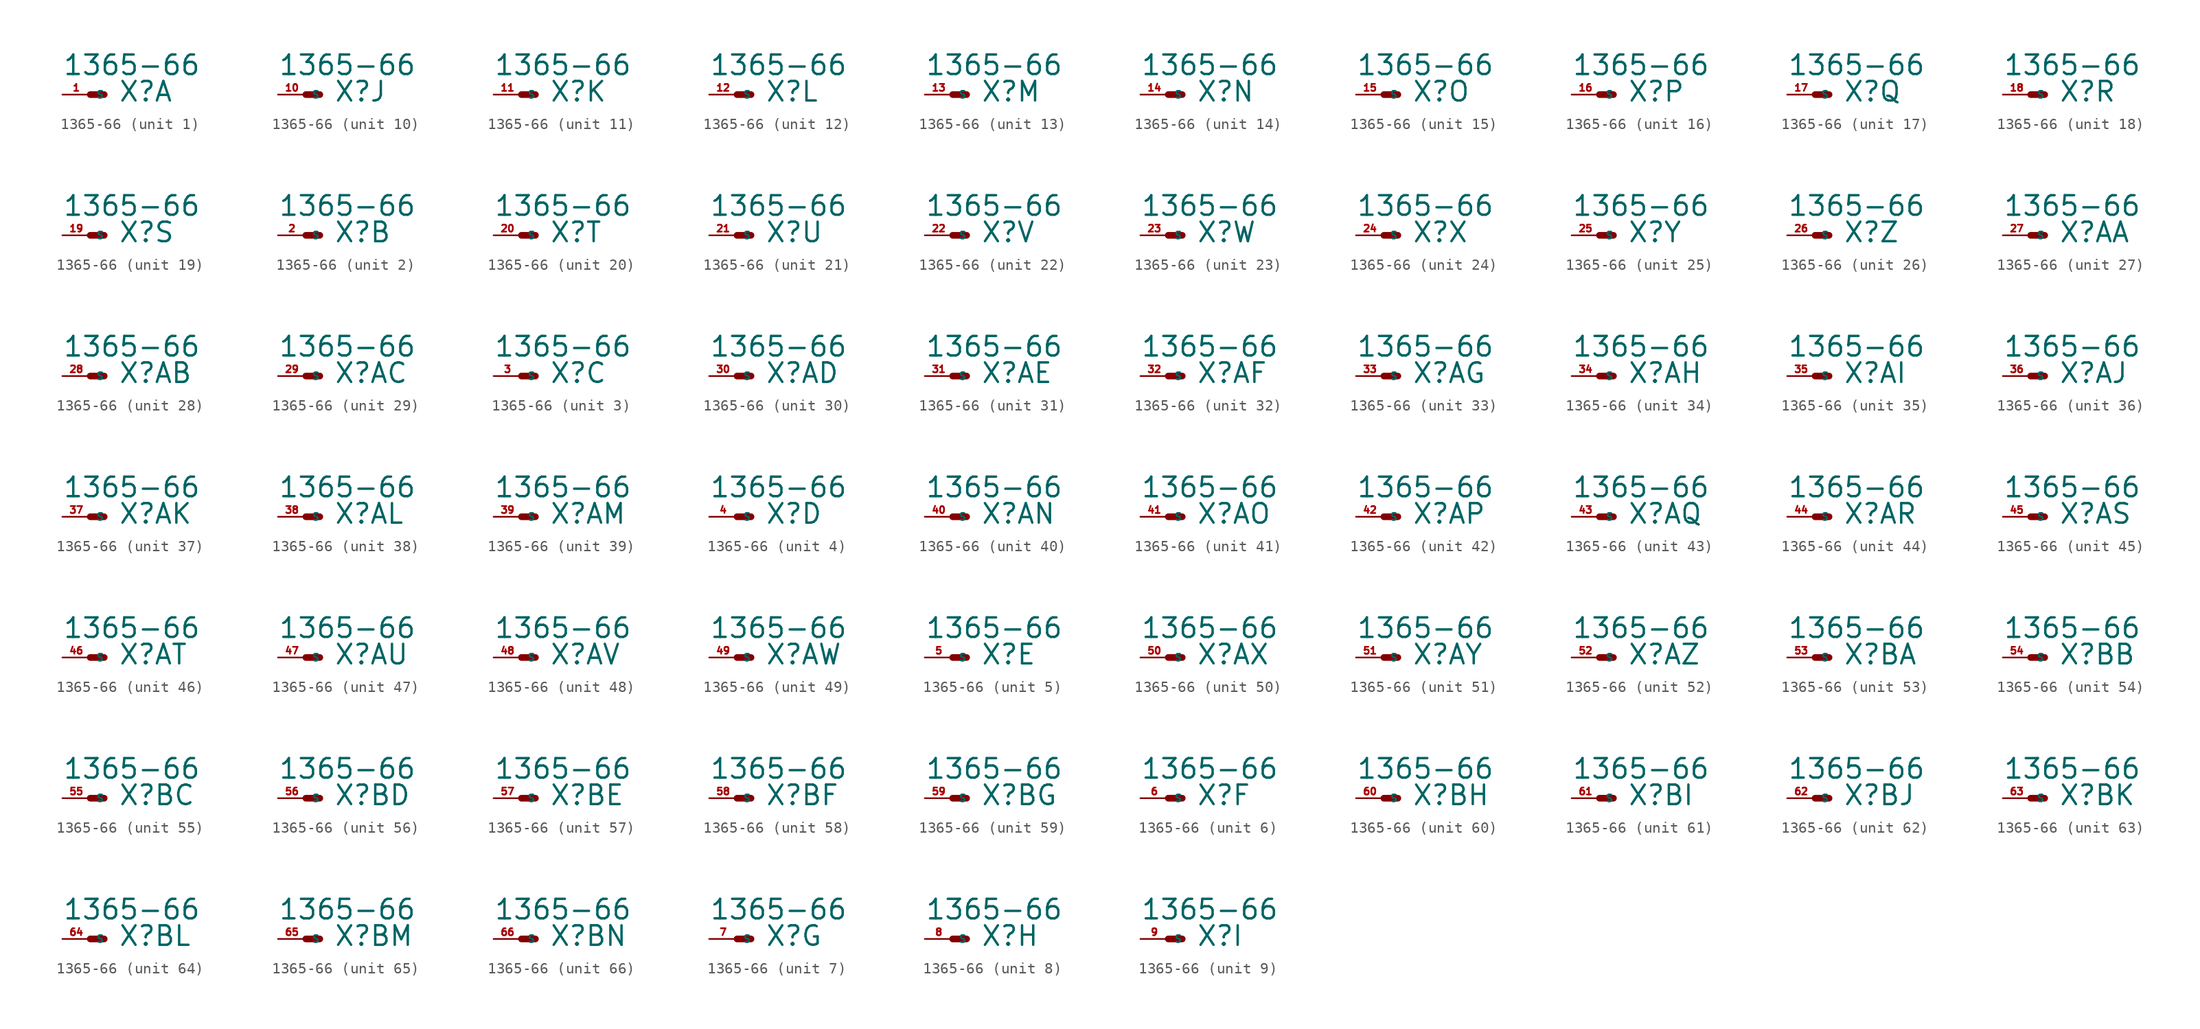
<source format=kicad_sym>
(kicad_symbol_lib
  (version 20220914)
  (generator Eagle2Kicad)
  (symbol "1365-66"
    (property "Reference" "X"
      (at 2.54 -0.762 0)
      (effects (font (size 1.778 1.778) (thickness 0.22)) (justify left bottom)))
    (property "Value" "1365-66"
      (at -2.54 1.651 0)
      (effects (font (size 1.778 1.778) (thickness 0.22)) (justify left bottom)))
    (symbol "1365-66_1_0"
      (polyline (pts (xy 0 0) (xy 1.27 0)) (stroke (width 0.61) (type default)) (fill (type none)))
      (pin passive line (at -2.54 0 0) (length 2.54) (name "S" (effects (font (size 0.635 0.635) (thickness 0.08)) (justify left bottom))) (number "1" (effects (font (size 0.635 0.635) (thickness 0.08)) (justify left bottom)))))
    (symbol "1365-66_2_0"
      (polyline (pts (xy 0 0) (xy 1.27 0)) (stroke (width 0.61) (type default)) (fill (type none)))
      (pin passive line (at -2.54 0 0) (length 2.54) (name "S" (effects (font (size 0.635 0.635) (thickness 0.08)) (justify left bottom))) (number "2" (effects (font (size 0.635 0.635) (thickness 0.08)) (justify left bottom)))))
    (symbol "1365-66_3_0"
      (polyline (pts (xy 0 0) (xy 1.27 0)) (stroke (width 0.61) (type default)) (fill (type none)))
      (pin passive line (at -2.54 0 0) (length 2.54) (name "S" (effects (font (size 0.635 0.635) (thickness 0.08)) (justify left bottom))) (number "3" (effects (font (size 0.635 0.635) (thickness 0.08)) (justify left bottom)))))
    (symbol "1365-66_4_0"
      (polyline (pts (xy 0 0) (xy 1.27 0)) (stroke (width 0.61) (type default)) (fill (type none)))
      (pin passive line (at -2.54 0 0) (length 2.54) (name "S" (effects (font (size 0.635 0.635) (thickness 0.08)) (justify left bottom))) (number "4" (effects (font (size 0.635 0.635) (thickness 0.08)) (justify left bottom)))))
    (symbol "1365-66_5_0"
      (polyline (pts (xy 0 0) (xy 1.27 0)) (stroke (width 0.61) (type default)) (fill (type none)))
      (pin passive line (at -2.54 0 0) (length 2.54) (name "S" (effects (font (size 0.635 0.635) (thickness 0.08)) (justify left bottom))) (number "5" (effects (font (size 0.635 0.635) (thickness 0.08)) (justify left bottom)))))
    (symbol "1365-66_6_0"
      (polyline (pts (xy 0 0) (xy 1.27 0)) (stroke (width 0.61) (type default)) (fill (type none)))
      (pin passive line (at -2.54 0 0) (length 2.54) (name "S" (effects (font (size 0.635 0.635) (thickness 0.08)) (justify left bottom))) (number "6" (effects (font (size 0.635 0.635) (thickness 0.08)) (justify left bottom)))))
    (symbol "1365-66_7_0"
      (polyline (pts (xy 0 0) (xy 1.27 0)) (stroke (width 0.61) (type default)) (fill (type none)))
      (pin passive line (at -2.54 0 0) (length 2.54) (name "S" (effects (font (size 0.635 0.635) (thickness 0.08)) (justify left bottom))) (number "7" (effects (font (size 0.635 0.635) (thickness 0.08)) (justify left bottom)))))
    (symbol "1365-66_8_0"
      (polyline (pts (xy 0 0) (xy 1.27 0)) (stroke (width 0.61) (type default)) (fill (type none)))
      (pin passive line (at -2.54 0 0) (length 2.54) (name "S" (effects (font (size 0.635 0.635) (thickness 0.08)) (justify left bottom))) (number "8" (effects (font (size 0.635 0.635) (thickness 0.08)) (justify left bottom)))))
    (symbol "1365-66_9_0"
      (polyline (pts (xy 0 0) (xy 1.27 0)) (stroke (width 0.61) (type default)) (fill (type none)))
      (pin passive line (at -2.54 0 0) (length 2.54) (name "S" (effects (font (size 0.635 0.635) (thickness 0.08)) (justify left bottom))) (number "9" (effects (font (size 0.635 0.635) (thickness 0.08)) (justify left bottom)))))
    (symbol "1365-66_10_0"
      (polyline (pts (xy 0 0) (xy 1.27 0)) (stroke (width 0.61) (type default)) (fill (type none)))
      (pin passive line (at -2.54 0 0) (length 2.54) (name "S" (effects (font (size 0.635 0.635) (thickness 0.08)) (justify left bottom))) (number "10" (effects (font (size 0.635 0.635) (thickness 0.08)) (justify left bottom)))))
    (symbol "1365-66_11_0"
      (polyline (pts (xy 0 0) (xy 1.27 0)) (stroke (width 0.61) (type default)) (fill (type none)))
      (pin passive line (at -2.54 0 0) (length 2.54) (name "S" (effects (font (size 0.635 0.635) (thickness 0.08)) (justify left bottom))) (number "11" (effects (font (size 0.635 0.635) (thickness 0.08)) (justify left bottom)))))
    (symbol "1365-66_12_0"
      (polyline (pts (xy 0 0) (xy 1.27 0)) (stroke (width 0.61) (type default)) (fill (type none)))
      (pin passive line (at -2.54 0 0) (length 2.54) (name "S" (effects (font (size 0.635 0.635) (thickness 0.08)) (justify left bottom))) (number "12" (effects (font (size 0.635 0.635) (thickness 0.08)) (justify left bottom)))))
    (symbol "1365-66_13_0"
      (polyline (pts (xy 0 0) (xy 1.27 0)) (stroke (width 0.61) (type default)) (fill (type none)))
      (pin passive line (at -2.54 0 0) (length 2.54) (name "S" (effects (font (size 0.635 0.635) (thickness 0.08)) (justify left bottom))) (number "13" (effects (font (size 0.635 0.635) (thickness 0.08)) (justify left bottom)))))
    (symbol "1365-66_14_0"
      (polyline (pts (xy 0 0) (xy 1.27 0)) (stroke (width 0.61) (type default)) (fill (type none)))
      (pin passive line (at -2.54 0 0) (length 2.54) (name "S" (effects (font (size 0.635 0.635) (thickness 0.08)) (justify left bottom))) (number "14" (effects (font (size 0.635 0.635) (thickness 0.08)) (justify left bottom)))))
    (symbol "1365-66_15_0"
      (polyline (pts (xy 0 0) (xy 1.27 0)) (stroke (width 0.61) (type default)) (fill (type none)))
      (pin passive line (at -2.54 0 0) (length 2.54) (name "S" (effects (font (size 0.635 0.635) (thickness 0.08)) (justify left bottom))) (number "15" (effects (font (size 0.635 0.635) (thickness 0.08)) (justify left bottom)))))
    (symbol "1365-66_16_0"
      (polyline (pts (xy 0 0) (xy 1.27 0)) (stroke (width 0.61) (type default)) (fill (type none)))
      (pin passive line (at -2.54 0 0) (length 2.54) (name "S" (effects (font (size 0.635 0.635) (thickness 0.08)) (justify left bottom))) (number "16" (effects (font (size 0.635 0.635) (thickness 0.08)) (justify left bottom)))))
    (symbol "1365-66_17_0"
      (polyline (pts (xy 0 0) (xy 1.27 0)) (stroke (width 0.61) (type default)) (fill (type none)))
      (pin passive line (at -2.54 0 0) (length 2.54) (name "S" (effects (font (size 0.635 0.635) (thickness 0.08)) (justify left bottom))) (number "17" (effects (font (size 0.635 0.635) (thickness 0.08)) (justify left bottom)))))
    (symbol "1365-66_18_0"
      (polyline (pts (xy 0 0) (xy 1.27 0)) (stroke (width 0.61) (type default)) (fill (type none)))
      (pin passive line (at -2.54 0 0) (length 2.54) (name "S" (effects (font (size 0.635 0.635) (thickness 0.08)) (justify left bottom))) (number "18" (effects (font (size 0.635 0.635) (thickness 0.08)) (justify left bottom)))))
    (symbol "1365-66_19_0"
      (polyline (pts (xy 0 0) (xy 1.27 0)) (stroke (width 0.61) (type default)) (fill (type none)))
      (pin passive line (at -2.54 0 0) (length 2.54) (name "S" (effects (font (size 0.635 0.635) (thickness 0.08)) (justify left bottom))) (number "19" (effects (font (size 0.635 0.635) (thickness 0.08)) (justify left bottom)))))
    (symbol "1365-66_20_0"
      (polyline (pts (xy 0 0) (xy 1.27 0)) (stroke (width 0.61) (type default)) (fill (type none)))
      (pin passive line (at -2.54 0 0) (length 2.54) (name "S" (effects (font (size 0.635 0.635) (thickness 0.08)) (justify left bottom))) (number "20" (effects (font (size 0.635 0.635) (thickness 0.08)) (justify left bottom)))))
    (symbol "1365-66_21_0"
      (polyline (pts (xy 0 0) (xy 1.27 0)) (stroke (width 0.61) (type default)) (fill (type none)))
      (pin passive line (at -2.54 0 0) (length 2.54) (name "S" (effects (font (size 0.635 0.635) (thickness 0.08)) (justify left bottom))) (number "21" (effects (font (size 0.635 0.635) (thickness 0.08)) (justify left bottom)))))
    (symbol "1365-66_22_0"
      (polyline (pts (xy 0 0) (xy 1.27 0)) (stroke (width 0.61) (type default)) (fill (type none)))
      (pin passive line (at -2.54 0 0) (length 2.54) (name "S" (effects (font (size 0.635 0.635) (thickness 0.08)) (justify left bottom))) (number "22" (effects (font (size 0.635 0.635) (thickness 0.08)) (justify left bottom)))))
    (symbol "1365-66_23_0"
      (polyline (pts (xy 0 0) (xy 1.27 0)) (stroke (width 0.61) (type default)) (fill (type none)))
      (pin passive line (at -2.54 0 0) (length 2.54) (name "S" (effects (font (size 0.635 0.635) (thickness 0.08)) (justify left bottom))) (number "23" (effects (font (size 0.635 0.635) (thickness 0.08)) (justify left bottom)))))
    (symbol "1365-66_24_0"
      (polyline (pts (xy 0 0) (xy 1.27 0)) (stroke (width 0.61) (type default)) (fill (type none)))
      (pin passive line (at -2.54 0 0) (length 2.54) (name "S" (effects (font (size 0.635 0.635) (thickness 0.08)) (justify left bottom))) (number "24" (effects (font (size 0.635 0.635) (thickness 0.08)) (justify left bottom)))))
    (symbol "1365-66_25_0"
      (polyline (pts (xy 0 0) (xy 1.27 0)) (stroke (width 0.61) (type default)) (fill (type none)))
      (pin passive line (at -2.54 0 0) (length 2.54) (name "S" (effects (font (size 0.635 0.635) (thickness 0.08)) (justify left bottom))) (number "25" (effects (font (size 0.635 0.635) (thickness 0.08)) (justify left bottom)))))
    (symbol "1365-66_26_0"
      (polyline (pts (xy 0 0) (xy 1.27 0)) (stroke (width 0.61) (type default)) (fill (type none)))
      (pin passive line (at -2.54 0 0) (length 2.54) (name "S" (effects (font (size 0.635 0.635) (thickness 0.08)) (justify left bottom))) (number "26" (effects (font (size 0.635 0.635) (thickness 0.08)) (justify left bottom)))))
    (symbol "1365-66_27_0"
      (polyline (pts (xy 0 0) (xy 1.27 0)) (stroke (width 0.61) (type default)) (fill (type none)))
      (pin passive line (at -2.54 0 0) (length 2.54) (name "S" (effects (font (size 0.635 0.635) (thickness 0.08)) (justify left bottom))) (number "27" (effects (font (size 0.635 0.635) (thickness 0.08)) (justify left bottom)))))
    (symbol "1365-66_28_0"
      (polyline (pts (xy 0 0) (xy 1.27 0)) (stroke (width 0.61) (type default)) (fill (type none)))
      (pin passive line (at -2.54 0 0) (length 2.54) (name "S" (effects (font (size 0.635 0.635) (thickness 0.08)) (justify left bottom))) (number "28" (effects (font (size 0.635 0.635) (thickness 0.08)) (justify left bottom)))))
    (symbol "1365-66_29_0"
      (polyline (pts (xy 0 0) (xy 1.27 0)) (stroke (width 0.61) (type default)) (fill (type none)))
      (pin passive line (at -2.54 0 0) (length 2.54) (name "S" (effects (font (size 0.635 0.635) (thickness 0.08)) (justify left bottom))) (number "29" (effects (font (size 0.635 0.635) (thickness 0.08)) (justify left bottom)))))
    (symbol "1365-66_30_0"
      (polyline (pts (xy 0 0) (xy 1.27 0)) (stroke (width 0.61) (type default)) (fill (type none)))
      (pin passive line (at -2.54 0 0) (length 2.54) (name "S" (effects (font (size 0.635 0.635) (thickness 0.08)) (justify left bottom))) (number "30" (effects (font (size 0.635 0.635) (thickness 0.08)) (justify left bottom)))))
    (symbol "1365-66_31_0"
      (polyline (pts (xy 0 0) (xy 1.27 0)) (stroke (width 0.61) (type default)) (fill (type none)))
      (pin passive line (at -2.54 0 0) (length 2.54) (name "S" (effects (font (size 0.635 0.635) (thickness 0.08)) (justify left bottom))) (number "31" (effects (font (size 0.635 0.635) (thickness 0.08)) (justify left bottom)))))
    (symbol "1365-66_32_0"
      (polyline (pts (xy 0 0) (xy 1.27 0)) (stroke (width 0.61) (type default)) (fill (type none)))
      (pin passive line (at -2.54 0 0) (length 2.54) (name "S" (effects (font (size 0.635 0.635) (thickness 0.08)) (justify left bottom))) (number "32" (effects (font (size 0.635 0.635) (thickness 0.08)) (justify left bottom)))))
    (symbol "1365-66_33_0"
      (polyline (pts (xy 0 0) (xy 1.27 0)) (stroke (width 0.61) (type default)) (fill (type none)))
      (pin passive line (at -2.54 0 0) (length 2.54) (name "S" (effects (font (size 0.635 0.635) (thickness 0.08)) (justify left bottom))) (number "33" (effects (font (size 0.635 0.635) (thickness 0.08)) (justify left bottom)))))
    (symbol "1365-66_34_0"
      (polyline (pts (xy 0 0) (xy 1.27 0)) (stroke (width 0.61) (type default)) (fill (type none)))
      (pin passive line (at -2.54 0 0) (length 2.54) (name "S" (effects (font (size 0.635 0.635) (thickness 0.08)) (justify left bottom))) (number "34" (effects (font (size 0.635 0.635) (thickness 0.08)) (justify left bottom)))))
    (symbol "1365-66_35_0"
      (polyline (pts (xy 0 0) (xy 1.27 0)) (stroke (width 0.61) (type default)) (fill (type none)))
      (pin passive line (at -2.54 0 0) (length 2.54) (name "S" (effects (font (size 0.635 0.635) (thickness 0.08)) (justify left bottom))) (number "35" (effects (font (size 0.635 0.635) (thickness 0.08)) (justify left bottom)))))
    (symbol "1365-66_36_0"
      (polyline (pts (xy 0 0) (xy 1.27 0)) (stroke (width 0.61) (type default)) (fill (type none)))
      (pin passive line (at -2.54 0 0) (length 2.54) (name "S" (effects (font (size 0.635 0.635) (thickness 0.08)) (justify left bottom))) (number "36" (effects (font (size 0.635 0.635) (thickness 0.08)) (justify left bottom)))))
    (symbol "1365-66_37_0"
      (polyline (pts (xy 0 0) (xy 1.27 0)) (stroke (width 0.61) (type default)) (fill (type none)))
      (pin passive line (at -2.54 0 0) (length 2.54) (name "S" (effects (font (size 0.635 0.635) (thickness 0.08)) (justify left bottom))) (number "37" (effects (font (size 0.635 0.635) (thickness 0.08)) (justify left bottom)))))
    (symbol "1365-66_38_0"
      (polyline (pts (xy 0 0) (xy 1.27 0)) (stroke (width 0.61) (type default)) (fill (type none)))
      (pin passive line (at -2.54 0 0) (length 2.54) (name "S" (effects (font (size 0.635 0.635) (thickness 0.08)) (justify left bottom))) (number "38" (effects (font (size 0.635 0.635) (thickness 0.08)) (justify left bottom)))))
    (symbol "1365-66_39_0"
      (polyline (pts (xy 0 0) (xy 1.27 0)) (stroke (width 0.61) (type default)) (fill (type none)))
      (pin passive line (at -2.54 0 0) (length 2.54) (name "S" (effects (font (size 0.635 0.635) (thickness 0.08)) (justify left bottom))) (number "39" (effects (font (size 0.635 0.635) (thickness 0.08)) (justify left bottom)))))
    (symbol "1365-66_40_0"
      (polyline (pts (xy 0 0) (xy 1.27 0)) (stroke (width 0.61) (type default)) (fill (type none)))
      (pin passive line (at -2.54 0 0) (length 2.54) (name "S" (effects (font (size 0.635 0.635) (thickness 0.08)) (justify left bottom))) (number "40" (effects (font (size 0.635 0.635) (thickness 0.08)) (justify left bottom)))))
    (symbol "1365-66_41_0"
      (polyline (pts (xy 0 0) (xy 1.27 0)) (stroke (width 0.61) (type default)) (fill (type none)))
      (pin passive line (at -2.54 0 0) (length 2.54) (name "S" (effects (font (size 0.635 0.635) (thickness 0.08)) (justify left bottom))) (number "41" (effects (font (size 0.635 0.635) (thickness 0.08)) (justify left bottom)))))
    (symbol "1365-66_42_0"
      (polyline (pts (xy 0 0) (xy 1.27 0)) (stroke (width 0.61) (type default)) (fill (type none)))
      (pin passive line (at -2.54 0 0) (length 2.54) (name "S" (effects (font (size 0.635 0.635) (thickness 0.08)) (justify left bottom))) (number "42" (effects (font (size 0.635 0.635) (thickness 0.08)) (justify left bottom)))))
    (symbol "1365-66_43_0"
      (polyline (pts (xy 0 0) (xy 1.27 0)) (stroke (width 0.61) (type default)) (fill (type none)))
      (pin passive line (at -2.54 0 0) (length 2.54) (name "S" (effects (font (size 0.635 0.635) (thickness 0.08)) (justify left bottom))) (number "43" (effects (font (size 0.635 0.635) (thickness 0.08)) (justify left bottom)))))
    (symbol "1365-66_44_0"
      (polyline (pts (xy 0 0) (xy 1.27 0)) (stroke (width 0.61) (type default)) (fill (type none)))
      (pin passive line (at -2.54 0 0) (length 2.54) (name "S" (effects (font (size 0.635 0.635) (thickness 0.08)) (justify left bottom))) (number "44" (effects (font (size 0.635 0.635) (thickness 0.08)) (justify left bottom)))))
    (symbol "1365-66_45_0"
      (polyline (pts (xy 0 0) (xy 1.27 0)) (stroke (width 0.61) (type default)) (fill (type none)))
      (pin passive line (at -2.54 0 0) (length 2.54) (name "S" (effects (font (size 0.635 0.635) (thickness 0.08)) (justify left bottom))) (number "45" (effects (font (size 0.635 0.635) (thickness 0.08)) (justify left bottom)))))
    (symbol "1365-66_46_0"
      (polyline (pts (xy 0 0) (xy 1.27 0)) (stroke (width 0.61) (type default)) (fill (type none)))
      (pin passive line (at -2.54 0 0) (length 2.54) (name "S" (effects (font (size 0.635 0.635) (thickness 0.08)) (justify left bottom))) (number "46" (effects (font (size 0.635 0.635) (thickness 0.08)) (justify left bottom)))))
    (symbol "1365-66_47_0"
      (polyline (pts (xy 0 0) (xy 1.27 0)) (stroke (width 0.61) (type default)) (fill (type none)))
      (pin passive line (at -2.54 0 0) (length 2.54) (name "S" (effects (font (size 0.635 0.635) (thickness 0.08)) (justify left bottom))) (number "47" (effects (font (size 0.635 0.635) (thickness 0.08)) (justify left bottom)))))
    (symbol "1365-66_48_0"
      (polyline (pts (xy 0 0) (xy 1.27 0)) (stroke (width 0.61) (type default)) (fill (type none)))
      (pin passive line (at -2.54 0 0) (length 2.54) (name "S" (effects (font (size 0.635 0.635) (thickness 0.08)) (justify left bottom))) (number "48" (effects (font (size 0.635 0.635) (thickness 0.08)) (justify left bottom)))))
    (symbol "1365-66_49_0"
      (polyline (pts (xy 0 0) (xy 1.27 0)) (stroke (width 0.61) (type default)) (fill (type none)))
      (pin passive line (at -2.54 0 0) (length 2.54) (name "S" (effects (font (size 0.635 0.635) (thickness 0.08)) (justify left bottom))) (number "49" (effects (font (size 0.635 0.635) (thickness 0.08)) (justify left bottom)))))
    (symbol "1365-66_50_0"
      (polyline (pts (xy 0 0) (xy 1.27 0)) (stroke (width 0.61) (type default)) (fill (type none)))
      (pin passive line (at -2.54 0 0) (length 2.54) (name "S" (effects (font (size 0.635 0.635) (thickness 0.08)) (justify left bottom))) (number "50" (effects (font (size 0.635 0.635) (thickness 0.08)) (justify left bottom)))))
    (symbol "1365-66_51_0"
      (polyline (pts (xy 0 0) (xy 1.27 0)) (stroke (width 0.61) (type default)) (fill (type none)))
      (pin passive line (at -2.54 0 0) (length 2.54) (name "S" (effects (font (size 0.635 0.635) (thickness 0.08)) (justify left bottom))) (number "51" (effects (font (size 0.635 0.635) (thickness 0.08)) (justify left bottom)))))
    (symbol "1365-66_52_0"
      (polyline (pts (xy 0 0) (xy 1.27 0)) (stroke (width 0.61) (type default)) (fill (type none)))
      (pin passive line (at -2.54 0 0) (length 2.54) (name "S" (effects (font (size 0.635 0.635) (thickness 0.08)) (justify left bottom))) (number "52" (effects (font (size 0.635 0.635) (thickness 0.08)) (justify left bottom)))))
    (symbol "1365-66_53_0"
      (polyline (pts (xy 0 0) (xy 1.27 0)) (stroke (width 0.61) (type default)) (fill (type none)))
      (pin passive line (at -2.54 0 0) (length 2.54) (name "S" (effects (font (size 0.635 0.635) (thickness 0.08)) (justify left bottom))) (number "53" (effects (font (size 0.635 0.635) (thickness 0.08)) (justify left bottom)))))
    (symbol "1365-66_54_0"
      (polyline (pts (xy 0 0) (xy 1.27 0)) (stroke (width 0.61) (type default)) (fill (type none)))
      (pin passive line (at -2.54 0 0) (length 2.54) (name "S" (effects (font (size 0.635 0.635) (thickness 0.08)) (justify left bottom))) (number "54" (effects (font (size 0.635 0.635) (thickness 0.08)) (justify left bottom)))))
    (symbol "1365-66_55_0"
      (polyline (pts (xy 0 0) (xy 1.27 0)) (stroke (width 0.61) (type default)) (fill (type none)))
      (pin passive line (at -2.54 0 0) (length 2.54) (name "S" (effects (font (size 0.635 0.635) (thickness 0.08)) (justify left bottom))) (number "55" (effects (font (size 0.635 0.635) (thickness 0.08)) (justify left bottom)))))
    (symbol "1365-66_56_0"
      (polyline (pts (xy 0 0) (xy 1.27 0)) (stroke (width 0.61) (type default)) (fill (type none)))
      (pin passive line (at -2.54 0 0) (length 2.54) (name "S" (effects (font (size 0.635 0.635) (thickness 0.08)) (justify left bottom))) (number "56" (effects (font (size 0.635 0.635) (thickness 0.08)) (justify left bottom)))))
    (symbol "1365-66_57_0"
      (polyline (pts (xy 0 0) (xy 1.27 0)) (stroke (width 0.61) (type default)) (fill (type none)))
      (pin passive line (at -2.54 0 0) (length 2.54) (name "S" (effects (font (size 0.635 0.635) (thickness 0.08)) (justify left bottom))) (number "57" (effects (font (size 0.635 0.635) (thickness 0.08)) (justify left bottom)))))
    (symbol "1365-66_58_0"
      (polyline (pts (xy 0 0) (xy 1.27 0)) (stroke (width 0.61) (type default)) (fill (type none)))
      (pin passive line (at -2.54 0 0) (length 2.54) (name "S" (effects (font (size 0.635 0.635) (thickness 0.08)) (justify left bottom))) (number "58" (effects (font (size 0.635 0.635) (thickness 0.08)) (justify left bottom)))))
    (symbol "1365-66_59_0"
      (polyline (pts (xy 0 0) (xy 1.27 0)) (stroke (width 0.61) (type default)) (fill (type none)))
      (pin passive line (at -2.54 0 0) (length 2.54) (name "S" (effects (font (size 0.635 0.635) (thickness 0.08)) (justify left bottom))) (number "59" (effects (font (size 0.635 0.635) (thickness 0.08)) (justify left bottom)))))
    (symbol "1365-66_60_0"
      (polyline (pts (xy 0 0) (xy 1.27 0)) (stroke (width 0.61) (type default)) (fill (type none)))
      (pin passive line (at -2.54 0 0) (length 2.54) (name "S" (effects (font (size 0.635 0.635) (thickness 0.08)) (justify left bottom))) (number "60" (effects (font (size 0.635 0.635) (thickness 0.08)) (justify left bottom)))))
    (symbol "1365-66_61_0"
      (polyline (pts (xy 0 0) (xy 1.27 0)) (stroke (width 0.61) (type default)) (fill (type none)))
      (pin passive line (at -2.54 0 0) (length 2.54) (name "S" (effects (font (size 0.635 0.635) (thickness 0.08)) (justify left bottom))) (number "61" (effects (font (size 0.635 0.635) (thickness 0.08)) (justify left bottom)))))
    (symbol "1365-66_62_0"
      (polyline (pts (xy 0 0) (xy 1.27 0)) (stroke (width 0.61) (type default)) (fill (type none)))
      (pin passive line (at -2.54 0 0) (length 2.54) (name "S" (effects (font (size 0.635 0.635) (thickness 0.08)) (justify left bottom))) (number "62" (effects (font (size 0.635 0.635) (thickness 0.08)) (justify left bottom)))))
    (symbol "1365-66_63_0"
      (polyline (pts (xy 0 0) (xy 1.27 0)) (stroke (width 0.61) (type default)) (fill (type none)))
      (pin passive line (at -2.54 0 0) (length 2.54) (name "S" (effects (font (size 0.635 0.635) (thickness 0.08)) (justify left bottom))) (number "63" (effects (font (size 0.635 0.635) (thickness 0.08)) (justify left bottom)))))
    (symbol "1365-66_64_0"
      (polyline (pts (xy 0 0) (xy 1.27 0)) (stroke (width 0.61) (type default)) (fill (type none)))
      (pin passive line (at -2.54 0 0) (length 2.54) (name "S" (effects (font (size 0.635 0.635) (thickness 0.08)) (justify left bottom))) (number "64" (effects (font (size 0.635 0.635) (thickness 0.08)) (justify left bottom)))))
    (symbol "1365-66_65_0"
      (polyline (pts (xy 0 0) (xy 1.27 0)) (stroke (width 0.61) (type default)) (fill (type none)))
      (pin passive line (at -2.54 0 0) (length 2.54) (name "S" (effects (font (size 0.635 0.635) (thickness 0.08)) (justify left bottom))) (number "65" (effects (font (size 0.635 0.635) (thickness 0.08)) (justify left bottom)))))
    (symbol "1365-66_66_0"
      (polyline (pts (xy 0 0) (xy 1.27 0)) (stroke (width 0.61) (type default)) (fill (type none)))
      (pin passive line (at -2.54 0 0) (length 2.54) (name "S" (effects (font (size 0.635 0.635) (thickness 0.08)) (justify left bottom))) (number "66" (effects (font (size 0.635 0.635) (thickness 0.08)) (justify left bottom)))))))
</source>
